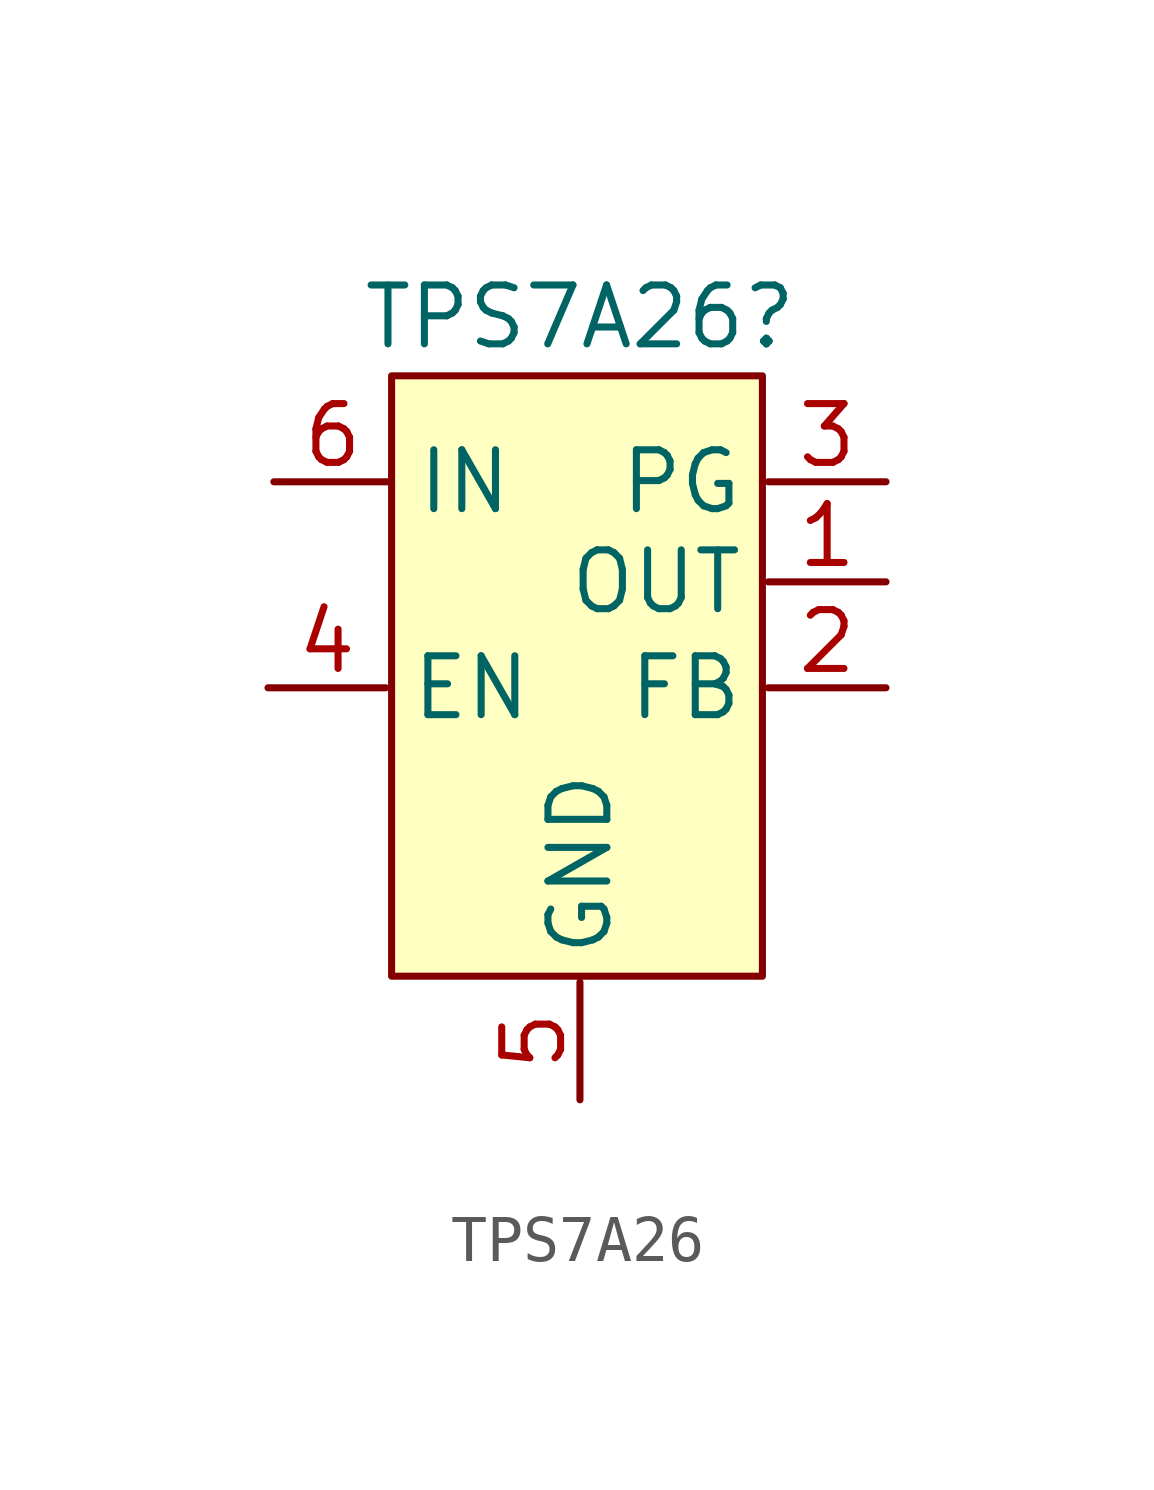
<source format=kicad_sym>
(kicad_symbol_lib
  (version 20220914)
  (generator kicad_symbol_editor)
  (symbol "TPS7A26"
    (property "Reference" "TPS7A26"
      (at 0 8.001 0)
      (effects (font (size 1.27 1.27))))
    (property "Value" ""
      (at 0 0 0)
      (effects (font (size 1.27 1.27))))
    (symbol "TPS7A26_1_1"
      (rectangle (start -4.064 6.731) (end 3.937 -6.223) (stroke (width 0) (type default)) (fill (type background)))
      (pin output line (at 6.604 2.286 180) (length 2.54) (name "OUT" (effects (font (size 1.27 1.27)))) (number "1" (effects (font (size 1.27 1.27)))))
      (pin input line (at 6.604 0 180) (length 2.54) (name "FB" (effects (font (size 1.27 1.27)))) (number "2" (effects (font (size 1.27 1.27)))))
      (pin output line (at 6.604 4.445 180) (length 2.54) (name "PG" (effects (font (size 1.27 1.27)))) (number "3" (effects (font (size 1.27 1.27)))))
      (pin input line (at -6.731 0 0) (length 2.54) (name "EN" (effects (font (size 1.27 1.27)))) (number "4" (effects (font (size 1.27 1.27)))))
      (pin bidirectional line (at 0 -8.89 90) (length 2.54) (name "GND" (effects (font (size 1.27 1.27)))) (number "5" (effects (font (size 1.27 1.27)))))
      (pin input line (at -6.604 4.445 0) (length 2.54) (name "IN" (effects (font (size 1.27 1.27)))) (number "6" (effects (font (size 1.27 1.27))))))))
</source>
